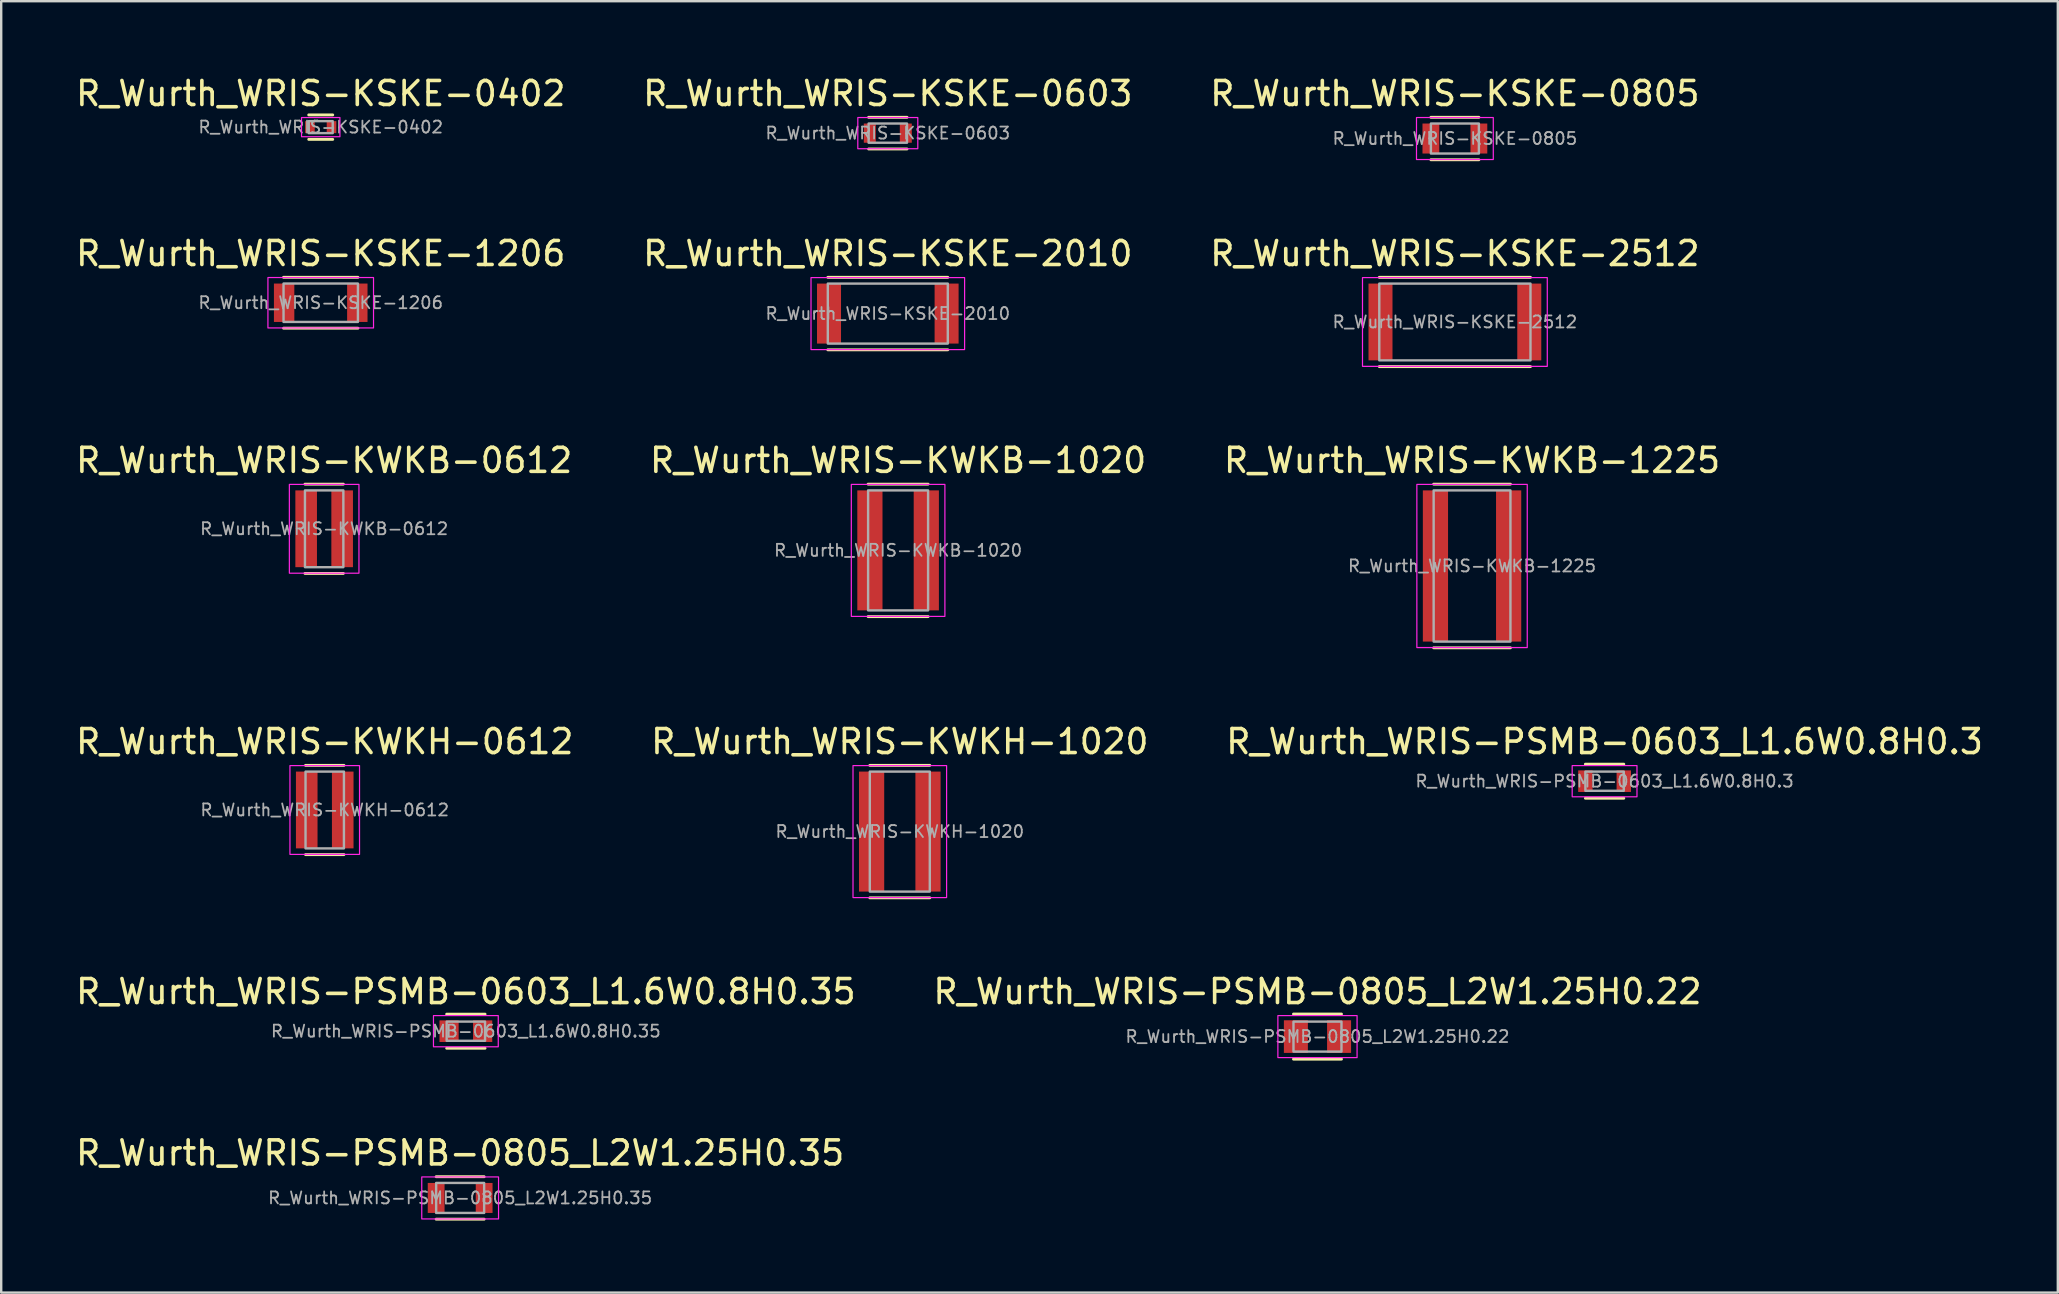
<source format=kicad_pcb>
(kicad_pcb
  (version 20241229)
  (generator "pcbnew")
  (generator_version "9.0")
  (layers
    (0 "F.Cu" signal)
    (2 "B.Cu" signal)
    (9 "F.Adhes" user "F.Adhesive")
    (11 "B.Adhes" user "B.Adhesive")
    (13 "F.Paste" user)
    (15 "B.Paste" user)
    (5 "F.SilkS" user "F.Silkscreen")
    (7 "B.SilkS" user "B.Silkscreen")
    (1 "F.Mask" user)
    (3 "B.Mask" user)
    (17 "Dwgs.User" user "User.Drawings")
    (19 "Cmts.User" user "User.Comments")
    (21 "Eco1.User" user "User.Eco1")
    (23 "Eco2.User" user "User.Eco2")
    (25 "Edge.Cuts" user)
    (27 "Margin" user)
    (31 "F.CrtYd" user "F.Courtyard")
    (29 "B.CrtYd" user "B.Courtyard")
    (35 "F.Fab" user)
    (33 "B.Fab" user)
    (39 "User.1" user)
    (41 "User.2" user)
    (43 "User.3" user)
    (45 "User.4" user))
  (footprint "R_Wurth_WRIS-PSMB-0603_L1.6W0.8H0.3"
    (layer "F.Cu")
    (at 63.815 29.503)
    (property "Reference" "R_Wurth_WRIS-PSMB-0603_L1.6W0.8H0.3" (at 0 -1.65 0) (unlocked yes) (layer "F.SilkS") (effects (font (size 1 1) (thickness 0.15))))
    (attr smd)
    (fp_line (start -0.8 -0.71) (end 0.8 -0.71) (stroke (width 0.12) (type solid)) (layer "F.SilkS"))
    (fp_line (start -0.8 0.71) (end 0.8 0.71) (stroke (width 0.12) (type solid)) (layer "F.SilkS"))
    (fp_rect (start -1.35 -0.65) (end 1.35 0.65) (stroke (width 0.05) (type solid)) (fill no) (layer "F.CrtYd"))
    (fp_rect (start -0.8 -0.4) (end 0.8 0.4) (stroke (width 0.1) (type solid)) (fill no) (layer "F.Fab"))
    (fp_text user "${REFERENCE}" (at 0 0 0) (unlocked yes) (layer "F.Fab") (effects (font (size 0.5 0.5) (thickness 0.075))))
    (pad "1" smd rect (at -0.8 0) (size 0.6 0.9) (layers "F.Cu" "F.Mask" "F.Paste"))
    (pad "2" smd rect (at 0.8 0) (size 0.6 0.9) (layers "F.Cu" "F.Mask" "F.Paste")))
  (footprint "R_Wurth_WRIS-KSKE-0402"
    (layer "F.Cu")
    (at 10.315 2.248)
    (property "Reference" "R_Wurth_WRIS-KSKE-0402" (at 0 -1.4 0) (unlocked yes) (layer "F.SilkS") (effects (font (size 1 1) (thickness 0.15))))
    (attr smd)
    (fp_line (start -0.5 -0.51) (end 0.5 -0.51) (stroke (width 0.12) (type solid)) (layer "F.SilkS"))
    (fp_line (start -0.5 0.51) (end 0.5 0.51) (stroke (width 0.12) (type solid)) (layer "F.SilkS"))
    (fp_rect (start -0.8 -0.4) (end 0.8 0.4) (stroke (width 0.05) (type solid)) (fill no) (layer "F.CrtYd"))
    (fp_rect (start -0.5 -0.25) (end 0.5 0.25) (stroke (width 0.1) (type solid)) (fill no) (layer "F.Fab"))
    (fp_text user "${REFERENCE}" (at 0 0 0) (unlocked yes) (layer "F.Fab") (effects (font (size 0.5 0.5) (thickness 0.075))))
    (pad "1" smd rect (at -0.45 0) (size 0.4 0.5) (layers "F.Cu" "F.Mask" "F.Paste"))
    (pad "2" smd rect (at 0.45 0) (size 0.4 0.5) (layers "F.Cu" "F.Mask" "F.Paste")))
  (footprint "R_Wurth_WRIS-KSKE-2512"
    (layer "F.Cu")
    (at 57.577 10.367)
    (property "Reference" "R_Wurth_WRIS-KSKE-2512" (at 0 -2.85 0) (unlocked yes) (layer "F.SilkS") (effects (font (size 1 1) (thickness 0.15))))
    (attr smd)
    (fp_line (start -3.15 -1.86) (end 3.15 -1.86) (stroke (width 0.12) (type solid)) (layer "F.SilkS"))
    (fp_line (start -3.15 1.86) (end 3.15 1.86) (stroke (width 0.12) (type solid)) (layer "F.SilkS"))
    (fp_rect (start -3.85 -1.85) (end 3.85 1.85) (stroke (width 0.05) (type solid)) (fill no) (layer "F.CrtYd"))
    (fp_rect (start -3.15 -1.6) (end 3.15 1.6) (stroke (width 0.1) (type solid)) (fill no) (layer "F.Fab"))
    (fp_text user "${REFERENCE}" (at 0 0 0) (unlocked yes) (layer "F.Fab") (effects (font (size 0.5 0.5) (thickness 0.075))))
    (pad "1" smd rect (at -3.1 0) (size 1 3.2) (layers "F.Cu" "F.Mask" "F.Paste"))
    (pad "2" smd rect (at 3.1 0) (size 1 3.2) (layers "F.Cu" "F.Mask" "F.Paste")))
  (footprint "R_Wurth_WRIS-KWKH-0612"
    (layer "F.Cu")
    (at 10.482 30.703)
    (property "Reference" "R_Wurth_WRIS-KWKH-0612" (at 0 -2.85 0) (unlocked yes) (layer "F.SilkS") (effects (font (size 1 1) (thickness 0.15))))
    (attr smd)
    (fp_line (start -0.8 -1.86) (end 0.8 -1.86) (stroke (width 0.12) (type solid)) (layer "F.SilkS"))
    (fp_line (start -0.8 1.86) (end 0.8 1.86) (stroke (width 0.12) (type solid)) (layer "F.SilkS"))
    (fp_rect (start -1.45 -1.85) (end 1.45 1.85) (stroke (width 0.05) (type solid)) (fill no) (layer "F.CrtYd"))
    (fp_rect (start -0.8 -1.6) (end 0.8 1.6) (stroke (width 0.1) (type solid)) (fill no) (layer "F.Fab"))
    (fp_text user "${REFERENCE}" (at 0 0 0) (unlocked yes) (layer "F.Fab") (effects (font (size 0.5 0.5) (thickness 0.075))))
    (pad "1" smd rect (at -0.75 0) (size 0.9 3.2) (layers "F.Cu" "F.Mask" "F.Paste"))
    (pad "2" smd rect (at 0.75 0) (size 0.9 3.2) (layers "F.Cu" "F.Mask" "F.Paste")))
  (footprint "R_Wurth_WRIS-KSKE-0603"
    (layer "F.Cu")
    (at 33.946 2.498)
    (property "Reference" "R_Wurth_WRIS-KSKE-0603" (at 0 -1.65 0) (unlocked yes) (layer "F.SilkS") (effects (font (size 1 1) (thickness 0.15))))
    (attr smd)
    (fp_line (start -0.8 -0.66) (end 0.8 -0.66) (stroke (width 0.12) (type solid)) (layer "F.SilkS"))
    (fp_line (start -0.8 0.66) (end 0.8 0.66) (stroke (width 0.12) (type solid)) (layer "F.SilkS"))
    (fp_rect (start -1.25 -0.65) (end 1.25 0.65) (stroke (width 0.05) (type solid)) (fill no) (layer "F.CrtYd"))
    (fp_rect (start -0.8 -0.4) (end 0.8 0.4) (stroke (width 0.1) (type solid)) (fill no) (layer "F.Fab"))
    (fp_text user "${REFERENCE}" (at 0 0 0) (unlocked yes) (layer "F.Fab") (effects (font (size 0.5 0.5) (thickness 0.075))))
    (pad "1" smd rect (at -0.75 0) (size 0.5 0.8) (layers "F.Cu" "F.Mask" "F.Paste"))
    (pad "2" smd rect (at 0.75 0) (size 0.5 0.8) (layers "F.Cu" "F.Mask" "F.Paste")))
  (footprint "R_Wurth_WRIS-KSKE-2010"
    (layer "F.Cu")
    (at 33.946 10.017)
    (property "Reference" "R_Wurth_WRIS-KSKE-2010" (at 0 -2.5 0) (unlocked yes) (layer "F.SilkS") (effects (font (size 1 1) (thickness 0.15))))
    (attr smd)
    (fp_line (start -2.5 -1.51) (end 2.5 -1.51) (stroke (width 0.12) (type solid)) (layer "F.SilkS"))
    (fp_line (start -2.5 1.51) (end 2.5 1.51) (stroke (width 0.12) (type solid)) (layer "F.SilkS"))
    (fp_rect (start -3.2 -1.5) (end 3.2 1.5) (stroke (width 0.05) (type solid)) (fill no) (layer "F.CrtYd"))
    (fp_rect (start -2.5 -1.25) (end 2.5 1.25) (stroke (width 0.1) (type solid)) (fill no) (layer "F.Fab"))
    (fp_text user "${REFERENCE}" (at 0 0 0) (unlocked yes) (layer "F.Fab") (effects (font (size 0.5 0.5) (thickness 0.075))))
    (pad "1" smd rect (at -2.45 0) (size 1 2.5) (layers "F.Cu" "F.Mask" "F.Paste"))
    (pad "2" smd rect (at 2.45 0) (size 1 2.5) (layers "F.Cu" "F.Mask" "F.Paste")))
  (footprint "R_Wurth_WRIS-KWKB-0612"
    (layer "F.Cu")
    (at 10.458 18.985)
    (property "Reference" "R_Wurth_WRIS-KWKB-0612" (at 0 -2.85 0) (unlocked yes) (layer "F.SilkS") (effects (font (size 1 1) (thickness 0.15))))
    (attr smd)
    (fp_line (start -0.8 -1.86) (end 0.8 -1.86) (stroke (width 0.12) (type solid)) (layer "F.SilkS"))
    (fp_line (start -0.8 1.86) (end 0.8 1.86) (stroke (width 0.12) (type solid)) (layer "F.SilkS"))
    (fp_rect (start -1.45 -1.85) (end 1.45 1.85) (stroke (width 0.05) (type solid)) (fill no) (layer "F.CrtYd"))
    (fp_rect (start -0.8 -1.6) (end 0.8 1.6) (stroke (width 0.1) (type solid)) (fill no) (layer "F.Fab"))
    (fp_text user "${REFERENCE}" (at 0 0 0) (unlocked yes) (layer "F.Fab") (effects (font (size 0.5 0.5) (thickness 0.075))))
    (pad "1" smd rect (at -0.75 0) (size 0.9 3.2) (layers "F.Cu" "F.Mask" "F.Paste"))
    (pad "2" smd rect (at 0.75 0) (size 0.9 3.2) (layers "F.Cu" "F.Mask" "F.Paste")))
  (footprint "R_Wurth_WRIS-PSMB-0805_L2W1.25H0.35"
    (layer "F.Cu")
    (at 16.125 46.87)
    (property "Reference" "R_Wurth_WRIS-PSMB-0805_L2W1.25H0.35" (at 0 -1.875 0) (unlocked yes) (layer "F.SilkS") (effects (font (size 1 1) (thickness 0.15))))
    (attr smd)
    (fp_line (start -1 -0.885) (end 1 -0.885) (stroke (width 0.12) (type solid)) (layer "F.SilkS"))
    (fp_line (start -1 0.885) (end 1 0.885) (stroke (width 0.12) (type solid)) (layer "F.SilkS"))
    (fp_rect (start -1.6 -0.875) (end 1.6 0.875) (stroke (width 0.05) (type solid)) (fill no) (layer "F.CrtYd"))
    (fp_rect (start -1 -0.625) (end 1 0.625) (stroke (width 0.1) (type solid)) (fill no) (layer "F.Fab"))
    (fp_text user "${REFERENCE}" (at 0 0 0) (unlocked yes) (layer "F.Fab") (effects (font (size 0.5 0.5) (thickness 0.075))))
    (pad "1" smd rect (at -1 0) (size 0.7 1.25) (layers "F.Cu" "F.Mask" "F.Paste"))
    (pad "2" smd rect (at 1 0) (size 0.7 1.25) (layers "F.Cu" "F.Mask" "F.Paste")))
  (footprint "R_Wurth_WRIS-KWKB-1020"
    (layer "F.Cu")
    (at 34.375 19.885)
    (property "Reference" "R_Wurth_WRIS-KWKB-1020" (at 0 -3.75 0) (unlocked yes) (layer "F.SilkS") (effects (font (size 1 1) (thickness 0.15))))
    (attr smd)
    (fp_line (start -1.25 -2.76) (end 1.25 -2.76) (stroke (width 0.12) (type solid)) (layer "F.SilkS"))
    (fp_line (start -1.25 2.76) (end 1.25 2.76) (stroke (width 0.12) (type solid)) (layer "F.SilkS"))
    (fp_rect (start -1.95 -2.75) (end 1.95 2.75) (stroke (width 0.05) (type solid)) (fill no) (layer "F.CrtYd"))
    (fp_rect (start -1.25 -2.5) (end 1.25 2.5) (stroke (width 0.1) (type solid)) (fill no) (layer "F.Fab"))
    (fp_text user "${REFERENCE}" (at 0 0 0) (unlocked yes) (layer "F.Fab") (effects (font (size 0.5 0.5) (thickness 0.075))))
    (pad "1" smd rect (at -1.175 0) (size 1.05 5) (layers "F.Cu" "F.Mask" "F.Paste"))
    (pad "2" smd rect (at 1.175 0) (size 1.05 5) (layers "F.Cu" "F.Mask" "F.Paste")))
  (footprint "R_Wurth_WRIS-KWKB-1225"
    (layer "F.Cu")
    (at 58.292 20.535)
    (property "Reference" "R_Wurth_WRIS-KWKB-1225" (at 0 -4.4 0) (unlocked yes) (layer "F.SilkS") (effects (font (size 1 1) (thickness 0.15))))
    (attr smd)
    (fp_line (start -1.6 -3.41) (end 1.6 -3.41) (stroke (width 0.12) (type solid)) (layer "F.SilkS"))
    (fp_line (start -1.6 3.41) (end 1.6 3.41) (stroke (width 0.12) (type solid)) (layer "F.SilkS"))
    (fp_rect (start -2.3 -3.4) (end 2.3 3.4) (stroke (width 0.05) (type solid)) (fill no) (layer "F.CrtYd"))
    (fp_rect (start -1.6 -3.15) (end 1.6 3.15) (stroke (width 0.1) (type solid)) (fill no) (layer "F.Fab"))
    (fp_text user "${REFERENCE}" (at 0 0 0) (unlocked yes) (layer "F.Fab") (effects (font (size 0.5 0.5) (thickness 0.075))))
    (pad "1" smd rect (at -1.525 0) (size 1.05 6.3) (layers "F.Cu" "F.Mask" "F.Paste"))
    (pad "2" smd rect (at 1.525 0) (size 1.05 6.3) (layers "F.Cu" "F.Mask" "F.Paste")))
  (footprint "R_Wurth_WRIS-KWKH-1020"
    (layer "F.Cu")
    (at 34.446 31.603)
    (property "Reference" "R_Wurth_WRIS-KWKH-1020" (at 0 -3.75 0) (unlocked yes) (layer "F.SilkS") (effects (font (size 1 1) (thickness 0.15))))
    (attr smd)
    (fp_line (start -1.25 -2.76) (end 1.25 -2.76) (stroke (width 0.12) (type solid)) (layer "F.SilkS"))
    (fp_line (start -1.25 2.76) (end 1.25 2.76) (stroke (width 0.12) (type solid)) (layer "F.SilkS"))
    (fp_rect (start -1.95 -2.75) (end 1.95 2.75) (stroke (width 0.05) (type solid)) (fill no) (layer "F.CrtYd"))
    (fp_rect (start -1.25 -2.5) (end 1.25 2.5) (stroke (width 0.1) (type solid)) (fill no) (layer "F.Fab"))
    (fp_text user "${REFERENCE}" (at 0 0 0) (unlocked yes) (layer "F.Fab") (effects (font (size 0.5 0.5) (thickness 0.075))))
    (pad "1" smd rect (at -1.175 0) (size 1.05 5) (layers "F.Cu" "F.Mask" "F.Paste"))
    (pad "2" smd rect (at 1.175 0) (size 1.05 5) (layers "F.Cu" "F.Mask" "F.Paste")))
  (footprint "R_Wurth_WRIS-PSMB-0603_L1.6W0.8H0.35"
    (layer "F.Cu")
    (at 16.363 39.921)
    (property "Reference" "R_Wurth_WRIS-PSMB-0603_L1.6W0.8H0.35" (at 0 -1.65 0) (unlocked yes) (layer "F.SilkS") (effects (font (size 1 1) (thickness 0.15))))
    (attr smd)
    (fp_line (start -0.8 -0.71) (end 0.8 -0.71) (stroke (width 0.12) (type solid)) (layer "F.SilkS"))
    (fp_line (start -0.8 0.71) (end 0.8 0.71) (stroke (width 0.12) (type solid)) (layer "F.SilkS"))
    (fp_rect (start -1.35 -0.65) (end 1.35 0.65) (stroke (width 0.05) (type solid)) (fill no) (layer "F.CrtYd"))
    (fp_rect (start -0.8 -0.4) (end 0.8 0.4) (stroke (width 0.1) (type solid)) (fill no) (layer "F.Fab"))
    (fp_text user "${REFERENCE}" (at 0 0 0) (unlocked yes) (layer "F.Fab") (effects (font (size 0.5 0.5) (thickness 0.075))))
    (pad "1" smd rect (at -0.7 0) (size 0.8 0.9) (layers "F.Cu" "F.Mask" "F.Paste"))
    (pad "2" smd rect (at 0.7 0) (size 0.8 0.9) (layers "F.Cu" "F.Mask" "F.Paste")))
  (footprint "R_Wurth_WRIS-KSKE-0805"
    (layer "F.Cu")
    (at 57.577 2.723)
    (property "Reference" "R_Wurth_WRIS-KSKE-0805" (at 0 -1.875 0) (unlocked yes) (layer "F.SilkS") (effects (font (size 1 1) (thickness 0.15))))
    (attr smd)
    (fp_line (start -1 -0.885) (end 1 -0.885) (stroke (width 0.12) (type solid)) (layer "F.SilkS"))
    (fp_line (start -1 0.885) (end 1 0.885) (stroke (width 0.12) (type solid)) (layer "F.SilkS"))
    (fp_rect (start -1.6 -0.875) (end 1.6 0.875) (stroke (width 0.05) (type solid)) (fill no) (layer "F.CrtYd"))
    (fp_rect (start -1 -0.625) (end 1 0.625) (stroke (width 0.1) (type solid)) (fill no) (layer "F.Fab"))
    (fp_text user "${REFERENCE}" (at 0 0 0) (unlocked yes) (layer "F.Fab") (effects (font (size 0.5 0.5) (thickness 0.075))))
    (pad "1" smd rect (at -1 0) (size 0.7 1.25) (layers "F.Cu" "F.Mask" "F.Paste"))
    (pad "2" smd rect (at 1 0) (size 0.7 1.25) (layers "F.Cu" "F.Mask" "F.Paste")))
  (footprint "R_Wurth_WRIS-PSMB-0805_L2W1.25H0.22"
    (layer "F.Cu")
    (at 51.851 40.146)
    (property "Reference" "R_Wurth_WRIS-PSMB-0805_L2W1.25H0.22" (at 0 -1.875 0) (unlocked yes) (layer "F.SilkS") (effects (font (size 1 1) (thickness 0.15))))
    (attr smd)
    (fp_line (start -1 -0.94) (end 1 -0.94) (stroke (width 0.12) (type solid)) (layer "F.SilkS"))
    (fp_line (start -1 0.94) (end 1 0.94) (stroke (width 0.12) (type solid)) (layer "F.SilkS"))
    (fp_rect (start -1.65 -0.875) (end 1.65 0.875) (stroke (width 0.05) (type solid)) (fill no) (layer "F.CrtYd"))
    (fp_rect (start -1 -0.625) (end 1 0.625) (stroke (width 0.1) (type solid)) (fill no) (layer "F.Fab"))
    (fp_text user "${REFERENCE}" (at 0 0 0) (unlocked yes) (layer "F.Fab") (effects (font (size 0.5 0.5) (thickness 0.075))))
    (pad "1" smd rect (at -0.9 0) (size 1 1.36) (layers "F.Cu" "F.Mask" "F.Paste"))
    (pad "2" smd rect (at 0.9 0) (size 1 1.36) (layers "F.Cu" "F.Mask" "F.Paste")))
  (footprint "R_Wurth_WRIS-KSKE-1206"
    (layer "F.Cu")
    (at 10.315 9.566)
    (property "Reference" "R_Wurth_WRIS-KSKE-1206" (at 0 -2.05 0) (unlocked yes) (layer "F.SilkS") (effects (font (size 1 1) (thickness 0.15))))
    (attr smd)
    (fp_line (start -1.55 -1.06) (end 1.55 -1.06) (stroke (width 0.12) (type solid)) (layer "F.SilkS"))
    (fp_line (start -1.55 1.06) (end 1.55 1.06) (stroke (width 0.12) (type solid)) (layer "F.SilkS"))
    (fp_rect (start -2.2 -1.05) (end 2.2 1.05) (stroke (width 0.05) (type solid)) (fill no) (layer "F.CrtYd"))
    (fp_rect (start -1.55 -0.8) (end 1.55 0.8) (stroke (width 0.1) (type solid)) (fill no) (layer "F.Fab"))
    (fp_text user "${REFERENCE}" (at 0 0 0) (unlocked yes) (layer "F.Fab") (effects (font (size 0.5 0.5) (thickness 0.075))))
    (pad "1" smd rect (at -1.525 0) (size 0.85 1.6) (layers "F.Cu" "F.Mask" "F.Paste"))
    (pad "2" smd rect (at 1.525 0) (size 0.85 1.6) (layers "F.Cu" "F.Mask" "F.Paste")))
  (gr_rect
    (start -3 -3)
    (end 82.702 50.815)
    (stroke (width 0.1) (type default))
    (fill no)
    (layer "Edge.Cuts")))
</source>
